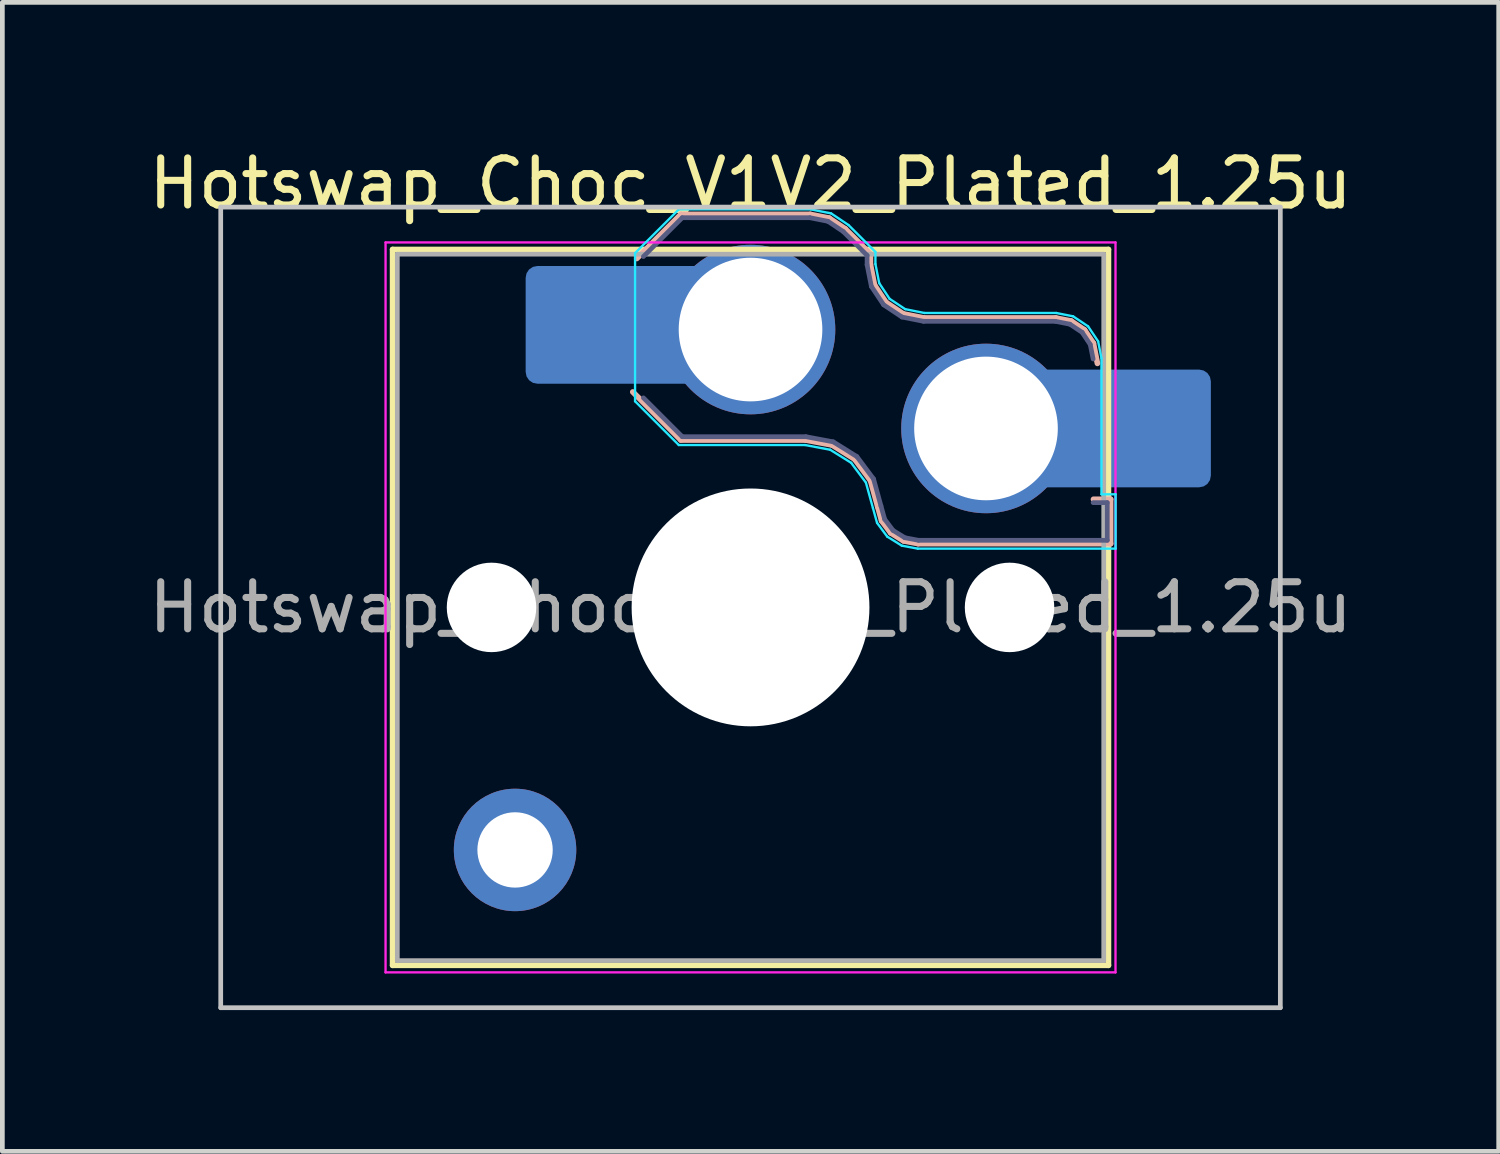
<source format=kicad_pcb>
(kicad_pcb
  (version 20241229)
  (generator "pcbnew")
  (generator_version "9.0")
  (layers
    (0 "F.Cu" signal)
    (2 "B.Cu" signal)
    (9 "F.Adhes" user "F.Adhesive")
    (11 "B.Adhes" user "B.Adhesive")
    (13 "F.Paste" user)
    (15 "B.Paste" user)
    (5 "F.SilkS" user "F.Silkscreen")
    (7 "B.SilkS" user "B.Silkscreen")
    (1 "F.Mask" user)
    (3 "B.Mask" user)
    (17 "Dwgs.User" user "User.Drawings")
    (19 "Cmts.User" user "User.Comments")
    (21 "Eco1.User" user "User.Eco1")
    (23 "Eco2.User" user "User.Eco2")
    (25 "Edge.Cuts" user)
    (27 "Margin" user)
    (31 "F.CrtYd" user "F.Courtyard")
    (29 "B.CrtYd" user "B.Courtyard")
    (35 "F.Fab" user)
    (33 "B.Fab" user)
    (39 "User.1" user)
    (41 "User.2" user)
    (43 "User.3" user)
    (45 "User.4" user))
  (footprint "Hotswap_Choc_V1V2_Plated_1.25u"
    (layer "F.Cu")
    (at 12.887 9.848)
    (property "Reference" "Hotswap_Choc_V1V2_Plated_1.25u" (at 0 -9 0) (layer "F.SilkS") (effects (font (size 1 1) (thickness 0.15))))
    (attr smd allow_soldermask_bridges)
    (fp_line (start -7.6 -7.6) (end -7.6 7.6) (stroke (width 0.12) (type solid)) (layer "F.SilkS"))
    (fp_line (start -7.6 7.6) (end 7.6 7.6) (stroke (width 0.12) (type solid)) (layer "F.SilkS"))
    (fp_line (start 7.6 -7.6) (end -7.6 -7.6) (stroke (width 0.12) (type solid)) (layer "F.SilkS"))
    (fp_line (start 7.6 7.6) (end 7.6 -7.6) (stroke (width 0.12) (type solid)) (layer "F.SilkS"))
    (fp_line (start -2.416 -7.409) (end -1.479 -8.346) (stroke (width 0.12) (type solid)) (layer "B.SilkS"))
    (fp_line (start -1.479 -8.346) (end 1.268 -8.346) (stroke (width 0.12) (type solid)) (layer "B.SilkS"))
    (fp_line (start -1.479 -3.554) (end -2.5 -4.575) (stroke (width 0.12) (type solid)) (layer "B.SilkS"))
    (fp_line (start 1.168 -3.554) (end -1.479 -3.554) (stroke (width 0.12) (type solid)) (layer "B.SilkS"))
    (fp_line (start 1.268 -8.346) (end 1.671 -8.266) (stroke (width 0.12) (type solid)) (layer "B.SilkS"))
    (fp_line (start 1.671 -8.266) (end 2.013 -8.037) (stroke (width 0.12) (type solid)) (layer "B.SilkS"))
    (fp_line (start 1.73 -3.449) (end 1.168 -3.554) (stroke (width 0.12) (type solid)) (layer "B.SilkS"))
    (fp_line (start 2.013 -8.037) (end 2.546 -7.504) (stroke (width 0.12) (type solid)) (layer "B.SilkS"))
    (fp_line (start 2.209 -3.15) (end 1.73 -3.449) (stroke (width 0.12) (type solid)) (layer "B.SilkS"))
    (fp_line (start 2.546 -7.504) (end 2.546 -7.282) (stroke (width 0.12) (type solid)) (layer "B.SilkS"))
    (fp_line (start 2.546 -7.282) (end 2.633 -6.844) (stroke (width 0.12) (type solid)) (layer "B.SilkS"))
    (fp_line (start 2.547 -2.697) (end 2.209 -3.15) (stroke (width 0.12) (type solid)) (layer "B.SilkS"))
    (fp_line (start 2.633 -6.844) (end 2.877 -6.477) (stroke (width 0.12) (type solid)) (layer "B.SilkS"))
    (fp_line (start 2.701 -2.139) (end 2.547 -2.697) (stroke (width 0.12) (type solid)) (layer "B.SilkS"))
    (fp_line (start 2.783 -1.841) (end 2.701 -2.139) (stroke (width 0.12) (type solid)) (layer "B.SilkS"))
    (fp_line (start 2.877 -6.477) (end 3.244 -6.233) (stroke (width 0.12) (type solid)) (layer "B.SilkS"))
    (fp_line (start 2.976 -1.583) (end 2.783 -1.841) (stroke (width 0.12) (type solid)) (layer "B.SilkS"))
    (fp_line (start 3.244 -6.233) (end 3.682 -6.146) (stroke (width 0.12) (type solid)) (layer "B.SilkS"))
    (fp_line (start 3.25 -1.413) (end 2.976 -1.583) (stroke (width 0.12) (type solid)) (layer "B.SilkS"))
    (fp_line (start 3.56 -1.354) (end 3.25 -1.413) (stroke (width 0.12) (type solid)) (layer "B.SilkS"))
    (fp_line (start 3.682 -6.146) (end 6.482 -6.146) (stroke (width 0.12) (type solid)) (layer "B.SilkS"))
    (fp_line (start 6.482 -6.146) (end 6.809 -6.081) (stroke (width 0.12) (type solid)) (layer "B.SilkS"))
    (fp_line (start 6.809 -6.081) (end 7.092 -5.892) (stroke (width 0.12) (type solid)) (layer "B.SilkS"))
    (fp_line (start 7.092 -5.892) (end 7.281 -5.609) (stroke (width 0.12) (type solid)) (layer "B.SilkS"))
    (fp_line (start 7.281 -5.609) (end 7.366 -5.182) (stroke (width 0.12) (type solid)) (layer "B.SilkS"))
    (fp_line (start 7.283 -2.296) (end 7.646 -2.296) (stroke (width 0.12) (type solid)) (layer "B.SilkS"))
    (fp_line (start 7.646 -2.296) (end 7.646 -1.354) (stroke (width 0.12) (type solid)) (layer "B.SilkS"))
    (fp_line (start 7.646 -1.354) (end 3.56 -1.354) (stroke (width 0.12) (type solid)) (layer "B.SilkS"))
    (fp_line (start -11.25 -8.5) (end -11.25 8.5) (stroke (width 0.1) (type solid)) (layer "Dwgs.User"))
    (fp_line (start -11.25 8.5) (end 11.25 8.5) (stroke (width 0.1) (type solid)) (layer "Dwgs.User"))
    (fp_line (start 11.25 -8.5) (end -11.25 -8.5) (stroke (width 0.1) (type solid)) (layer "Dwgs.User"))
    (fp_line (start 11.25 8.5) (end 11.25 -8.5) (stroke (width 0.1) (type solid)) (layer "Dwgs.User"))
    (fp_line (start -7.25 -7.25) (end -7.25 7.25) (stroke (width 0.1) (type solid)) (layer "Eco1.User"))
    (fp_line (start -7.25 7.25) (end 7.25 7.25) (stroke (width 0.1) (type solid)) (layer "Eco1.User"))
    (fp_line (start 7.25 -7.25) (end -7.25 -7.25) (stroke (width 0.1) (type solid)) (layer "Eco1.User"))
    (fp_line (start 7.25 7.25) (end 7.25 -7.25) (stroke (width 0.1) (type solid)) (layer "Eco1.User"))
    (fp_line (start -2.452 -7.523) (end -1.523 -8.452) (stroke (width 0.05) (type solid)) (layer "B.CrtYd"))
    (fp_line (start -2.452 -4.377) (end -2.452 -7.523) (stroke (width 0.05) (type solid)) (layer "B.CrtYd"))
    (fp_line (start -1.523 -8.452) (end 1.278 -8.452) (stroke (width 0.05) (type solid)) (layer "B.CrtYd"))
    (fp_line (start -1.523 -3.448) (end -2.452 -4.377) (stroke (width 0.05) (type solid)) (layer "B.CrtYd"))
    (fp_line (start 1.159 -3.448) (end -1.523 -3.448) (stroke (width 0.05) (type solid)) (layer "B.CrtYd"))
    (fp_line (start 1.278 -8.452) (end 1.712 -8.366) (stroke (width 0.05) (type solid)) (layer "B.CrtYd"))
    (fp_line (start 1.691 -3.348) (end 1.159 -3.448) (stroke (width 0.05) (type solid)) (layer "B.CrtYd"))
    (fp_line (start 1.712 -8.366) (end 2.081 -8.119) (stroke (width 0.05) (type solid)) (layer "B.CrtYd"))
    (fp_line (start 2.081 -8.119) (end 2.652 -7.548) (stroke (width 0.05) (type solid)) (layer "B.CrtYd"))
    (fp_line (start 2.136 -3.071) (end 1.691 -3.348) (stroke (width 0.05) (type solid)) (layer "B.CrtYd"))
    (fp_line (start 2.45 -2.65) (end 2.136 -3.071) (stroke (width 0.05) (type solid)) (layer "B.CrtYd"))
    (fp_line (start 2.599 -2.111) (end 2.45 -2.65) (stroke (width 0.05) (type solid)) (layer "B.CrtYd"))
    (fp_line (start 2.652 -7.548) (end 2.652 -7.292) (stroke (width 0.05) (type solid)) (layer "B.CrtYd"))
    (fp_line (start 2.652 -7.292) (end 2.733 -6.885) (stroke (width 0.05) (type solid)) (layer "B.CrtYd"))
    (fp_line (start 2.687 -1.794) (end 2.599 -2.111) (stroke (width 0.05) (type solid)) (layer "B.CrtYd"))
    (fp_line (start 2.733 -6.885) (end 2.953 -6.553) (stroke (width 0.05) (type solid)) (layer "B.CrtYd"))
    (fp_line (start 2.903 -1.503) (end 2.687 -1.794) (stroke (width 0.05) (type solid)) (layer "B.CrtYd"))
    (fp_line (start 2.953 -6.553) (end 3.285 -6.333) (stroke (width 0.05) (type solid)) (layer "B.CrtYd"))
    (fp_line (start 3.211 -1.312) (end 2.903 -1.503) (stroke (width 0.05) (type solid)) (layer "B.CrtYd"))
    (fp_line (start 3.285 -6.333) (end 3.692 -6.252) (stroke (width 0.05) (type solid)) (layer "B.CrtYd"))
    (fp_line (start 3.55 -1.248) (end 3.211 -1.312) (stroke (width 0.05) (type solid)) (layer "B.CrtYd"))
    (fp_line (start 3.692 -6.252) (end 6.492 -6.252) (stroke (width 0.05) (type solid)) (layer "B.CrtYd"))
    (fp_line (start 6.492 -6.252) (end 6.85 -6.181) (stroke (width 0.05) (type solid)) (layer "B.CrtYd"))
    (fp_line (start 6.85 -6.181) (end 7.168 -5.968) (stroke (width 0.05) (type solid)) (layer "B.CrtYd"))
    (fp_line (start 7.168 -5.968) (end 7.381 -5.65) (stroke (width 0.05) (type solid)) (layer "B.CrtYd"))
    (fp_line (start 7.381 -5.65) (end 7.452 -5.292) (stroke (width 0.05) (type solid)) (layer "B.CrtYd"))
    (fp_line (start 7.452 -5.292) (end 7.452 -2.402) (stroke (width 0.05) (type solid)) (layer "B.CrtYd"))
    (fp_line (start 7.452 -2.402) (end 7.752 -2.402) (stroke (width 0.05) (type solid)) (layer "B.CrtYd"))
    (fp_line (start 7.752 -2.402) (end 7.752 -1.248) (stroke (width 0.05) (type solid)) (layer "B.CrtYd"))
    (fp_line (start 7.752 -1.248) (end 3.55 -1.248) (stroke (width 0.05) (type solid)) (layer "B.CrtYd"))
    (fp_line (start -7.75 -7.75) (end -7.75 7.75) (stroke (width 0.05) (type solid)) (layer "F.CrtYd"))
    (fp_line (start -7.75 7.75) (end 7.75 7.75) (stroke (width 0.05) (type solid)) (layer "F.CrtYd"))
    (fp_line (start 7.75 -7.75) (end -7.75 -7.75) (stroke (width 0.05) (type solid)) (layer "F.CrtYd"))
    (fp_line (start 7.75 7.75) (end 7.75 -7.75) (stroke (width 0.05) (type solid)) (layer "F.CrtYd"))
    (fp_line (start -2.275 -7.45) (end -1.45 -8.275) (stroke (width 0.1) (type solid)) (layer "B.Fab"))
    (fp_line (start -1.45 -8.275) (end 1.261 -8.275) (stroke (width 0.1) (type solid)) (layer "B.Fab"))
    (fp_line (start -1.45 -3.625) (end -2.275 -4.45) (stroke (width 0.1) (type solid)) (layer "B.Fab"))
    (fp_line (start 1.175 -3.625) (end -1.45 -3.625) (stroke (width 0.1) (type solid)) (layer "B.Fab"))
    (fp_line (start 1.261 -8.275) (end 1.643 -8.199) (stroke (width 0.1) (type solid)) (layer "B.Fab"))
    (fp_line (start 1.643 -8.199) (end 1.968 -7.982) (stroke (width 0.1) (type solid)) (layer "B.Fab"))
    (fp_line (start 1.756 -3.516) (end 1.175 -3.625) (stroke (width 0.1) (type solid)) (layer "B.Fab"))
    (fp_line (start 1.968 -7.982) (end 2.475 -7.475) (stroke (width 0.1) (type solid)) (layer "B.Fab"))
    (fp_line (start 2.258 -3.203) (end 1.756 -3.516) (stroke (width 0.1) (type solid)) (layer "B.Fab"))
    (fp_line (start 2.475 -7.475) (end 2.475 -7.275) (stroke (width 0.1) (type solid)) (layer "B.Fab"))
    (fp_line (start 2.475 -7.275) (end 2.566 -6.816) (stroke (width 0.1) (type solid)) (layer "B.Fab"))
    (fp_line (start 2.566 -6.816) (end 2.826 -6.426) (stroke (width 0.1) (type solid)) (layer "B.Fab"))
    (fp_line (start 2.612 -2.729) (end 2.258 -3.203) (stroke (width 0.1) (type solid)) (layer "B.Fab"))
    (fp_line (start 2.769 -2.158) (end 2.612 -2.729) (stroke (width 0.1) (type solid)) (layer "B.Fab"))
    (fp_line (start 2.826 -6.426) (end 3.216 -6.166) (stroke (width 0.1) (type solid)) (layer "B.Fab"))
    (fp_line (start 2.848 -1.873) (end 2.769 -2.158) (stroke (width 0.1) (type solid)) (layer "B.Fab"))
    (fp_line (start 3.025 -1.636) (end 2.848 -1.873) (stroke (width 0.1) (type solid)) (layer "B.Fab"))
    (fp_line (start 3.216 -6.166) (end 3.675 -6.075) (stroke (width 0.1) (type solid)) (layer "B.Fab"))
    (fp_line (start 3.276 -1.48) (end 3.025 -1.636) (stroke (width 0.1) (type solid)) (layer "B.Fab"))
    (fp_line (start 3.567 -1.425) (end 3.276 -1.48) (stroke (width 0.1) (type solid)) (layer "B.Fab"))
    (fp_line (start 3.675 -6.075) (end 6.475 -6.075) (stroke (width 0.1) (type solid)) (layer "B.Fab"))
    (fp_line (start 6.475 -6.075) (end 6.781 -6.014) (stroke (width 0.1) (type solid)) (layer "B.Fab"))
    (fp_line (start 6.781 -6.014) (end 7.041 -5.841) (stroke (width 0.1) (type solid)) (layer "B.Fab"))
    (fp_line (start 7.041 -5.841) (end 7.214 -5.581) (stroke (width 0.1) (type solid)) (layer "B.Fab"))
    (fp_line (start 7.214 -5.581) (end 7.275 -5.275) (stroke (width 0.1) (type solid)) (layer "B.Fab"))
    (fp_line (start 7.275 -2.225) (end 7.575 -2.225) (stroke (width 0.1) (type solid)) (layer "B.Fab"))
    (fp_line (start 7.575 -2.225) (end 7.575 -1.425) (stroke (width 0.1) (type solid)) (layer "B.Fab"))
    (fp_line (start 7.575 -1.425) (end 3.567 -1.425) (stroke (width 0.1) (type solid)) (layer "B.Fab"))
    (fp_line (start -7.5 -7.5) (end -7.5 7.5) (stroke (width 0.1) (type solid)) (layer "F.Fab"))
    (fp_line (start -7.5 7.5) (end 7.5 7.5) (stroke (width 0.1) (type solid)) (layer "F.Fab"))
    (fp_line (start 7.5 -7.5) (end -7.5 -7.5) (stroke (width 0.1) (type solid)) (layer "F.Fab"))
    (fp_line (start 7.5 7.5) (end 7.5 -7.5) (stroke (width 0.1) (type solid)) (layer "F.Fab"))
    (fp_text user "${REFERENCE}" (at 0 0 0) (layer "F.Fab") (effects (font (size 1 1) (thickness 0.15))))
    (pad "" np_thru_hole circle (at -5.5 0) (size 1.9 1.9) (drill 1.9) (layers "*.Cu" "*.Mask"))
    (pad "" thru_hole circle (at -5 5.15) (size 2.6 2.6) (drill 1.6) (layers "*.Cu" "*.Mask"))
    (pad "" smd roundrect (at -3.5 -6) (size 2.55 2.5) (layers "B.Mask" "B.Paste") (roundrect_rratio 0.1))
    (pad "" np_thru_hole circle (at 0 0) (size 5.05 5.05) (drill 5.05) (layers "*.Cu" "*.Mask"))
    (pad "" np_thru_hole circle (at 5.5 0) (size 1.9 1.9) (drill 1.9) (layers "*.Cu" "*.Mask"))
    (pad "" smd roundrect (at 8.5 -3.8) (size 2.55 2.5) (layers "B.Mask" "B.Paste") (roundrect_rratio 0.1))
    (pad "1" smd roundrect (at -2.85 -6) (size 3.85 2.5) (layers "B.Cu") (roundrect_rratio 0.1))
    (pad "1" thru_hole circle (at 0 -5.9) (size 3.6 3.6) (drill 3.05) (layers "*.Cu" "*.Mask"))
    (pad "2" thru_hole circle (at 5 -3.8) (size 3.6 3.6) (drill 3.05) (layers "*.Cu" "*.Mask"))
    (pad "2" smd roundrect (at 7.85 -3.8) (size 3.85 2.5) (layers "B.Cu") (roundrect_rratio 0.1)))
  (gr_rect
    (start -3 -3)
    (end 28.774 21.398)
    (stroke (width 0.1) (type default))
    (fill no)
    (layer "Edge.Cuts")))
</source>
